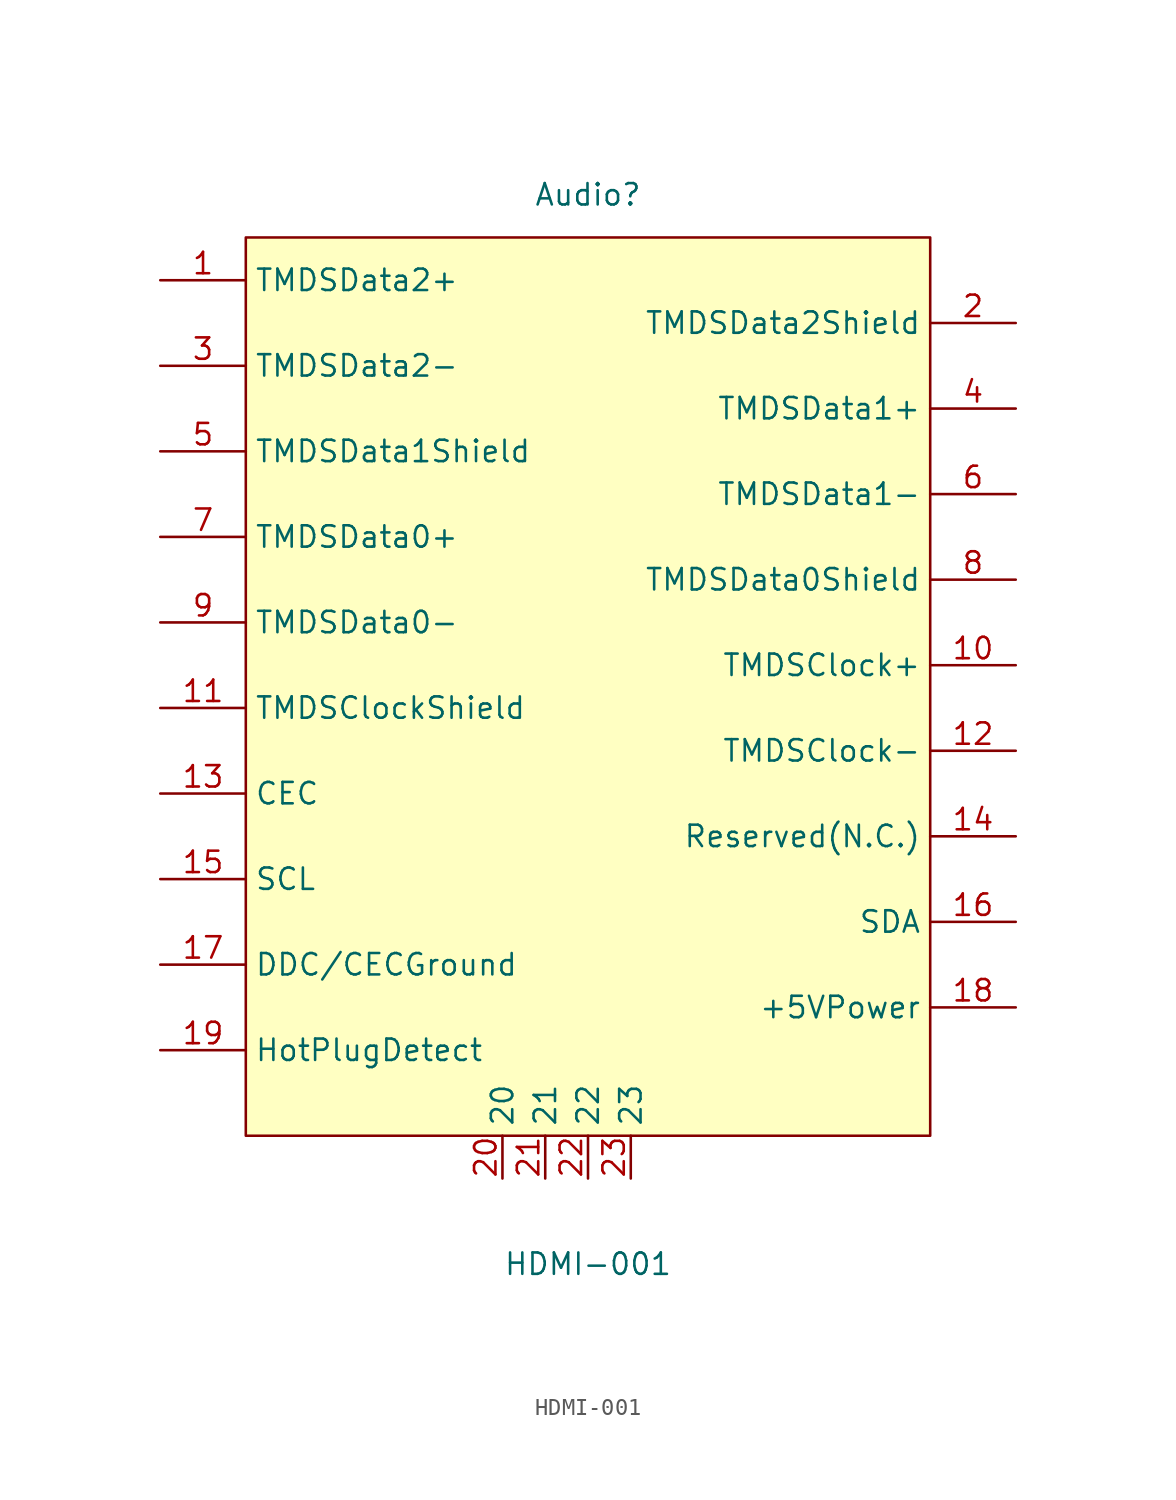
<source format=kicad_sym>
(kicad_symbol_lib
  (version 20211014)
  (generator https://github.com/uPesy/easyeda2kicad.py)
  (symbol "HDMI-001"
    (property "Reference" "Audio"
      (at 0 30.48 0)
      (effects (font (size 1.27 1.27))))
    (property "Value" "HDMI-001"
      (at 0 -33.02 0)
      (effects (font (size 1.27 1.27))))
    (symbol "HDMI-001_0_1"
      (rectangle (start -20.32 27.94) (end 20.32 -25.40) (stroke (width 0) (type default) (color 0 0 0 0)) (fill (type background)))
      (pin unspecified line (at -25.40 -20.32 0) (length 5.08) (name "HotPlugDetect" (effects (font (size 1.27 1.27)))) (number "19" (effects (font (size 1.27 1.27)))))
      (pin unspecified line (at 25.40 -17.78 180) (length 5.08) (name "+5VPower" (effects (font (size 1.27 1.27)))) (number "18" (effects (font (size 1.27 1.27)))))
      (pin unspecified line (at -25.40 -15.24 0) (length 5.08) (name "DDC/CECGround" (effects (font (size 1.27 1.27)))) (number "17" (effects (font (size 1.27 1.27)))))
      (pin unspecified line (at 25.40 -12.70 180) (length 5.08) (name "SDA" (effects (font (size 1.27 1.27)))) (number "16" (effects (font (size 1.27 1.27)))))
      (pin unspecified line (at -25.40 -10.16 0) (length 5.08) (name "SCL" (effects (font (size 1.27 1.27)))) (number "15" (effects (font (size 1.27 1.27)))))
      (pin unspecified line (at 25.40 -7.62 180) (length 5.08) (name "Reserved(N.C.)" (effects (font (size 1.27 1.27)))) (number "14" (effects (font (size 1.27 1.27)))))
      (pin unspecified line (at -25.40 -5.08 0) (length 5.08) (name "CEC" (effects (font (size 1.27 1.27)))) (number "13" (effects (font (size 1.27 1.27)))))
      (pin unspecified line (at 25.40 -2.54 180) (length 5.08) (name "TMDSClock-" (effects (font (size 1.27 1.27)))) (number "12" (effects (font (size 1.27 1.27)))))
      (pin unspecified line (at -25.40 -0.00 0) (length 5.08) (name "TMDSClockShield" (effects (font (size 1.27 1.27)))) (number "11" (effects (font (size 1.27 1.27)))))
      (pin unspecified line (at 25.40 2.54 180) (length 5.08) (name "TMDSClock+" (effects (font (size 1.27 1.27)))) (number "10" (effects (font (size 1.27 1.27)))))
      (pin unspecified line (at -25.40 5.08 0) (length 5.08) (name "TMDSData0-" (effects (font (size 1.27 1.27)))) (number "9" (effects (font (size 1.27 1.27)))))
      (pin unspecified line (at 25.40 7.62 180) (length 5.08) (name "TMDSData0Shield" (effects (font (size 1.27 1.27)))) (number "8" (effects (font (size 1.27 1.27)))))
      (pin unspecified line (at -25.40 10.16 0) (length 5.08) (name "TMDSData0+" (effects (font (size 1.27 1.27)))) (number "7" (effects (font (size 1.27 1.27)))))
      (pin unspecified line (at 25.40 12.70 180) (length 5.08) (name "TMDSData1-" (effects (font (size 1.27 1.27)))) (number "6" (effects (font (size 1.27 1.27)))))
      (pin unspecified line (at -25.40 15.24 0) (length 5.08) (name "TMDSData1Shield" (effects (font (size 1.27 1.27)))) (number "5" (effects (font (size 1.27 1.27)))))
      (pin unspecified line (at 25.40 17.78 180) (length 5.08) (name "TMDSData1+" (effects (font (size 1.27 1.27)))) (number "4" (effects (font (size 1.27 1.27)))))
      (pin unspecified line (at -25.40 20.32 0) (length 5.08) (name "TMDSData2-" (effects (font (size 1.27 1.27)))) (number "3" (effects (font (size 1.27 1.27)))))
      (pin unspecified line (at 25.40 22.86 180) (length 5.08) (name "TMDSData2Shield" (effects (font (size 1.27 1.27)))) (number "2" (effects (font (size 1.27 1.27)))))
      (pin unspecified line (at -25.40 25.40 0) (length 5.08) (name "TMDSData2+" (effects (font (size 1.27 1.27)))) (number "1" (effects (font (size 1.27 1.27)))))
      (pin unspecified line (at 2.54 -27.94 90) (length 2.54) (name "23" (effects (font (size 1.27 1.27)))) (number "23" (effects (font (size 1.27 1.27)))))
      (pin unspecified line (at -5.08 -27.94 90) (length 2.54) (name "20" (effects (font (size 1.27 1.27)))) (number "20" (effects (font (size 1.27 1.27)))))
      (pin unspecified line (at -2.54 -27.94 90) (length 2.54) (name "21" (effects (font (size 1.27 1.27)))) (number "21" (effects (font (size 1.27 1.27)))))
      (pin unspecified line (at 0.00 -27.94 90) (length 2.54) (name "22" (effects (font (size 1.27 1.27)))) (number "22" (effects (font (size 1.27 1.27))))))))
</source>
